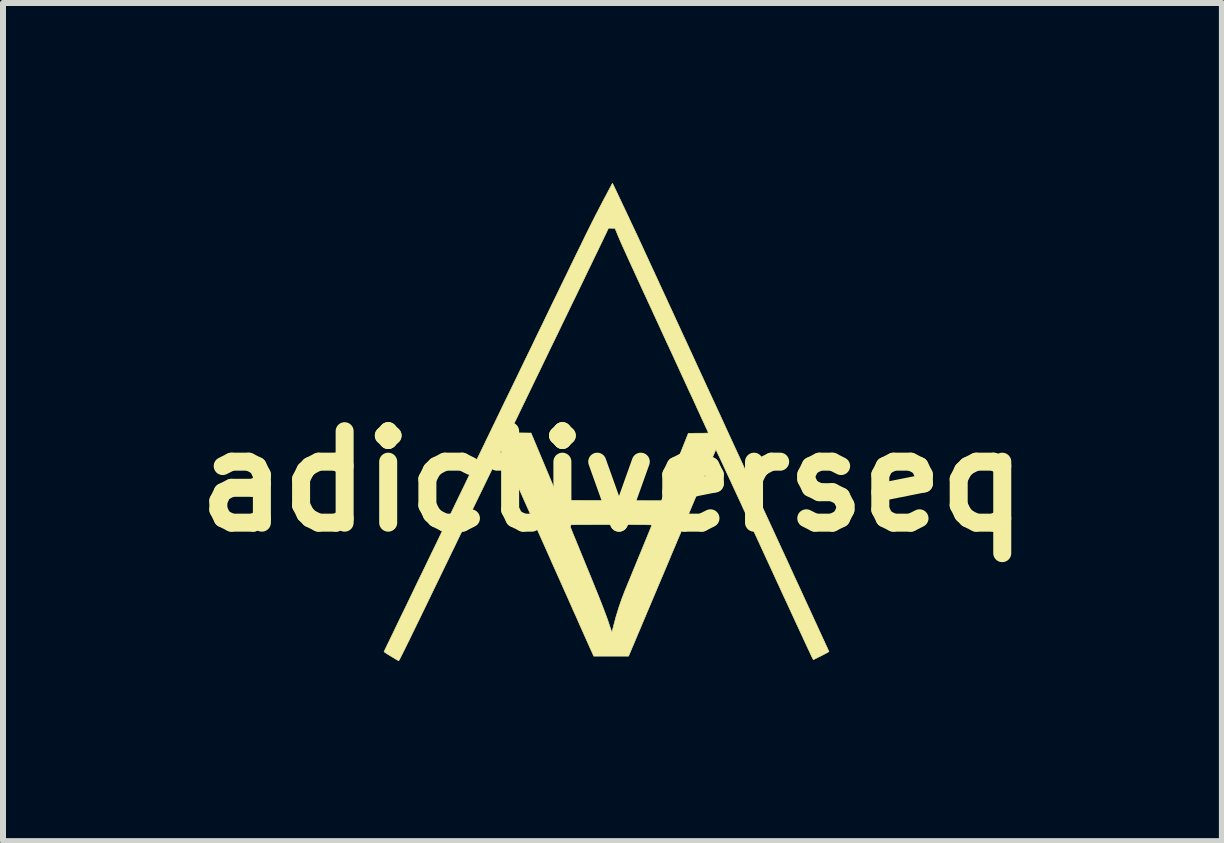
<source format=kicad_pcb>
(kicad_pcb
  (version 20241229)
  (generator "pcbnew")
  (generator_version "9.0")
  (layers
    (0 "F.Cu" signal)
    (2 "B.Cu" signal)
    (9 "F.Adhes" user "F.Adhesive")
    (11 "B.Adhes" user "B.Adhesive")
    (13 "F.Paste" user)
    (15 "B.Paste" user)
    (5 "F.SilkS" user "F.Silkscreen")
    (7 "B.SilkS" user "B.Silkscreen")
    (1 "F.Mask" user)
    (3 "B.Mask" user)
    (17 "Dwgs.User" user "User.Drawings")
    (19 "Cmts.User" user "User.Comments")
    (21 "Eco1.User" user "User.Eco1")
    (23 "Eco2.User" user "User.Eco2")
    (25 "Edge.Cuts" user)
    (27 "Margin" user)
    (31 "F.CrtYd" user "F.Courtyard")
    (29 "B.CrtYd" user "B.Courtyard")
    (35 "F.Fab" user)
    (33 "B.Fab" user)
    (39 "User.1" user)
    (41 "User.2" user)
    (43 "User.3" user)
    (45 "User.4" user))
  (footprint "adictiverseq"
    (layer "F.Cu")
    (at 7.156 4.97)
    (property "Reference" "adictiverseq" (at 0 0 0) (layer "F.SilkS") (effects (font (size 1.524 1.524) (thickness 0.3))))
    (attr through_hole)
    (fp_poly (pts (xy 0.002 -4.961) (xy 0.009 -4.948) (xy 0.019 -4.928) (xy 0.032 -4.9) (xy 0.048 -4.867) (xy 0.067 -4.827) (xy 0.088 -4.783) (xy 0.111 -4.734) (xy 0.136 -4.681) (xy 0.162 -4.626) (xy 0.175 -4.598) (xy 0.204 -4.538) (xy 0.232 -4.478) (xy 0.26 -4.419) (xy 0.287 -4.361) (xy 0.312 -4.307) (xy 0.336 -4.257) (xy 0.357 -4.212) (xy 0.376 -4.173) (xy 0.391 -4.14) (xy 0.403 -4.116) (xy 0.404 -4.114) (xy 0.408 -4.104) (xy 0.417 -4.085) (xy 0.43 -4.057) (xy 0.446 -4.022) (xy 0.466 -3.979) (xy 0.49 -3.928) (xy 0.516 -3.87) (xy 0.546 -3.805) (xy 0.579 -3.734) (xy 0.615 -3.655) (xy 0.654 -3.571) (xy 0.696 -3.481) (xy 0.74 -3.385) (xy 0.787 -3.283) (xy 0.836 -3.177) (xy 0.888 -3.065) (xy 0.941 -2.949) (xy 0.997 -2.829) (xy 1.054 -2.704) (xy 1.113 -2.576) (xy 1.174 -2.444) (xy 1.237 -2.309) (xy 1.3 -2.171) (xy 1.365 -2.03) (xy 1.431 -1.886) (xy 1.498 -1.741) (xy 1.566 -1.593) (xy 1.635 -1.444) (xy 1.705 -1.293) (xy 1.775 -1.142) (xy 1.845 -0.989) (xy 1.915 -0.836) (xy 1.986 -0.682) (xy 2.057 -0.528) (xy 2.128 -0.375) (xy 2.198 -0.222) (xy 2.268 -0.07) (xy 2.338 0.082) (xy 2.407 0.232) (xy 2.476 0.38) (xy 2.543 0.527) (xy 2.61 0.671) (xy 2.676 0.814) (xy 2.74 0.953) (xy 2.803 1.09) (xy 2.865 1.224) (xy 2.925 1.354) (xy 2.983 1.481) (xy 3.039 1.604) (xy 3.094 1.722) (xy 3.147 1.836) (xy 3.197 1.946) (xy 3.245 2.05) (xy 3.291 2.149) (xy 3.334 2.243) (xy 3.374 2.331) (xy 3.412 2.412) (xy 3.446 2.488) (xy 3.478 2.556) (xy 3.506 2.618) (xy 3.532 2.673) (xy 3.553 2.72) (xy 3.572 2.76) (xy 3.586 2.792) (xy 3.597 2.816) (xy 3.604 2.831) (xy 3.607 2.837) (xy 3.607 2.837) (xy 3.603 2.841) (xy 3.591 2.848) (xy 3.572 2.859) (xy 3.547 2.872) (xy 3.517 2.888) (xy 3.484 2.905) (xy 3.478 2.908) (xy 3.347 2.973) (xy 3.326 2.932) (xy 3.322 2.924) (xy 3.314 2.908) (xy 3.303 2.884) (xy 3.288 2.851) (xy 3.269 2.811) (xy 3.246 2.763) (xy 3.221 2.708) (xy 3.192 2.646) (xy 3.161 2.578) (xy 3.126 2.503) (xy 3.089 2.423) (xy 3.049 2.337) (xy 3.007 2.246) (xy 2.963 2.15) (xy 2.917 2.05) (xy 2.868 1.945) (xy 2.818 1.837) (xy 2.767 1.725) (xy 2.713 1.609) (xy 2.659 1.491) (xy 2.603 1.37) (xy 2.546 1.247) (xy 2.515 1.179) (xy 2.458 1.055) (xy 2.402 0.934) (xy 2.347 0.815) (xy 2.294 0.699) (xy 2.242 0.586) (xy 2.191 0.477) (xy 2.143 0.372) (xy 2.096 0.271) (xy 2.051 0.174) (xy 2.009 0.083) (xy 1.969 -0.004) (xy 1.931 -0.085) (xy 1.896 -0.16) (xy 1.864 -0.229) (xy 1.835 -0.292) (xy 1.809 -0.348) (xy 1.786 -0.398) (xy 1.766 -0.439) (xy 1.75 -0.474) (xy 1.737 -0.5) (xy 1.729 -0.518) (xy 1.724 -0.528) (xy 1.723 -0.529) (xy 1.721 -0.524) (xy 1.715 -0.511) (xy 1.706 -0.489) (xy 1.693 -0.458) (xy 1.676 -0.42) (xy 1.657 -0.374) (xy 1.635 -0.321) (xy 1.609 -0.261) (xy 1.581 -0.195) (xy 1.55 -0.122) (xy 1.517 -0.044) (xy 1.482 0.04) (xy 1.444 0.129) (xy 1.404 0.224) (xy 1.362 0.322) (xy 1.319 0.425) (xy 1.274 0.532) (xy 1.227 0.643) (xy 1.179 0.757) (xy 1.13 0.873) (xy 1.079 0.992) (xy 1.041 1.083) (xy 0.989 1.205) (xy 0.939 1.326) (xy 0.889 1.444) (xy 0.84 1.56) (xy 0.792 1.673) (xy 0.746 1.782) (xy 0.701 1.888) (xy 0.658 1.99) (xy 0.617 2.088) (xy 0.577 2.181) (xy 0.54 2.27) (xy 0.505 2.352) (xy 0.473 2.429) (xy 0.443 2.5) (xy 0.415 2.565) (xy 0.391 2.623) (xy 0.37 2.673) (xy 0.352 2.716) (xy 0.337 2.751) (xy 0.325 2.778) (xy 0.318 2.796) (xy 0.315 2.803) (xy 0.268 2.914) (xy -0.312 2.914) (xy -0.318 2.9) (xy -0.321 2.894) (xy -0.327 2.88) (xy -0.337 2.857) (xy -0.351 2.826) (xy -0.369 2.788) (xy -0.389 2.741) (xy -0.413 2.688) (xy -0.44 2.628) (xy -0.47 2.561) (xy -0.502 2.488) (xy -0.538 2.409) (xy -0.575 2.324) (xy -0.615 2.234) (xy -0.658 2.14) (xy -0.702 2.04) (xy -0.748 1.936) (xy -0.796 1.829) (xy -0.846 1.717) (xy -0.897 1.602) (xy -0.95 1.484) (xy -1.004 1.364) (xy -1.058 1.241) (xy -1.084 1.183) (xy -1.139 1.059) (xy -1.194 0.937) (xy -1.247 0.818) (xy -1.288 0.725) (xy -0.717 0.725) (xy -0.715 0.73) (xy -0.71 0.743) (xy -0.701 0.765) (xy -0.689 0.794) (xy -0.675 0.83) (xy -0.658 0.872) (xy -0.638 0.92) (xy -0.616 0.973) (xy -0.593 1.031) (xy -0.567 1.092) (xy -0.541 1.157) (xy -0.513 1.225) (xy -0.5 1.256) (xy -0.455 1.367) (xy -0.413 1.469) (xy -0.374 1.563) (xy -0.339 1.649) (xy -0.307 1.728) (xy -0.278 1.8) (xy -0.251 1.866) (xy -0.227 1.926) (xy -0.205 1.982) (xy -0.185 2.032) (xy -0.167 2.079) (xy -0.15 2.122) (xy -0.135 2.162) (xy -0.121 2.199) (xy -0.108 2.234) (xy -0.096 2.267) (xy -0.084 2.3) (xy -0.073 2.332) (xy -0.062 2.364) (xy -0.052 2.396) (xy -0.047 2.412) (xy -0.036 2.442) (xy -0.027 2.468) (xy -0.02 2.49) (xy -0.014 2.506) (xy -0.011 2.514) (xy -0.01 2.515) (xy -0.008 2.51) (xy -0.004 2.497) (xy 0.001 2.477) (xy 0.008 2.452) (xy 0.016 2.422) (xy 0.021 2.399) (xy 0.06 2.252) (xy 0.106 2.102) (xy 0.157 1.955) (xy 0.198 1.848) (xy 0.203 1.835) (xy 0.212 1.813) (xy 0.224 1.784) (xy 0.239 1.748) (xy 0.256 1.705) (xy 0.277 1.656) (xy 0.299 1.602) (xy 0.323 1.543) (xy 0.348 1.481) (xy 0.375 1.416) (xy 0.403 1.348) (xy 0.432 1.278) (xy 0.438 1.263) (xy 0.467 1.194) (xy 0.494 1.127) (xy 0.52 1.064) (xy 0.544 1.005) (xy 0.567 0.95) (xy 0.588 0.899) (xy 0.606 0.854) (xy 0.622 0.815) (xy 0.635 0.783) (xy 0.645 0.758) (xy 0.652 0.741) (xy 0.656 0.732) (xy 0.656 0.731) (xy 0.656 0.73) (xy 0.655 0.729) (xy 0.652 0.728) (xy 0.648 0.727) (xy 0.64 0.726) (xy 0.63 0.725) (xy 0.616 0.725) (xy 0.598 0.724) (xy 0.576 0.724) (xy 0.549 0.723) (xy 0.516 0.723) (xy 0.477 0.723) (xy 0.432 0.723) (xy 0.38 0.722) (xy 0.321 0.722) (xy 0.254 0.722) (xy 0.178 0.722) (xy 0.093 0.722) (xy -0.000413 0.722) (xy -0.029 0.722) (xy -0.111 0.722) (xy -0.19 0.722) (xy -0.266 0.722) (xy -0.338 0.722) (xy -0.405 0.723) (xy -0.468 0.723) (xy -0.524 0.723) (xy -0.575 0.723) (xy -0.619 0.723) (xy -0.655 0.724) (xy -0.684 0.724) (xy -0.704 0.724) (xy -0.715 0.725) (xy -0.717 0.725) (xy -1.288 0.725) (xy -1.299 0.702) (xy -1.349 0.589) (xy -1.398 0.48) (xy -1.445 0.375) (xy -1.49 0.274) (xy -1.533 0.177) (xy -1.574 0.085) (xy -1.613 -0.001) (xy -1.649 -0.082) (xy -1.683 -0.158) (xy -1.713 -0.227) (xy -1.742 -0.29) (xy -1.767 -0.346) (xy -1.789 -0.395) (xy -1.807 -0.436) (xy -1.823 -0.47) (xy -1.834 -0.496) (xy -1.842 -0.514) (xy -1.846 -0.523) (xy -1.847 -0.524) (xy -1.849 -0.52) (xy -1.856 -0.507) (xy -1.866 -0.486) (xy -1.881 -0.456) (xy -1.899 -0.419) (xy -1.921 -0.375) (xy -1.946 -0.323) (xy -1.975 -0.265) (xy -2.007 -0.2) (xy -2.041 -0.129) (xy -2.079 -0.052) (xy -2.119 0.031) (xy -2.162 0.119) (xy -2.207 0.211) (xy -2.254 0.309) (xy -2.304 0.411) (xy -2.355 0.517) (xy -2.408 0.627) (xy -2.463 0.74) (xy -2.52 0.856) (xy -2.578 0.975) (xy -2.636 1.097) (xy -2.679 1.184) (xy -2.754 1.34) (xy -2.825 1.486) (xy -2.892 1.625) (xy -2.955 1.754) (xy -3.014 1.876) (xy -3.069 1.99) (xy -3.121 2.097) (xy -3.169 2.196) (xy -3.213 2.288) (xy -3.255 2.373) (xy -3.293 2.451) (xy -3.328 2.523) (xy -3.36 2.589) (xy -3.389 2.649) (xy -3.416 2.703) (xy -3.44 2.752) (xy -3.461 2.795) (xy -3.48 2.833) (xy -3.497 2.867) (xy -3.511 2.896) (xy -3.524 2.92) (xy -3.534 2.941) (xy -3.543 2.958) (xy -3.55 2.971) (xy -3.555 2.98) (xy -3.559 2.987) (xy -3.561 2.99) (xy -3.562 2.991) (xy -3.566 2.989) (xy -3.578 2.982) (xy -3.597 2.972) (xy -3.62 2.958) (xy -3.648 2.941) (xy -3.679 2.923) (xy -3.685 2.919) (xy -3.724 2.895) (xy -3.755 2.876) (xy -3.78 2.86) (xy -3.796 2.848) (xy -3.805 2.84) (xy -3.806 2.838) (xy -3.804 2.833) (xy -3.797 2.82) (xy -3.787 2.798) (xy -3.772 2.767) (xy -3.754 2.729) (xy -3.731 2.683) (xy -3.705 2.628) (xy -3.675 2.567) (xy -3.642 2.498) (xy -3.606 2.422) (xy -3.566 2.34) (xy -3.523 2.25) (xy -3.476 2.155) (xy -3.427 2.053) (xy -3.375 1.945) (xy -3.32 1.831) (xy -3.263 1.712) (xy -3.203 1.588) (xy -3.14 1.459) (xy -3.075 1.324) (xy -3.008 1.185) (xy -2.938 1.042) (xy -2.867 0.894) (xy -2.794 0.742) (xy -2.718 0.586) (xy -2.641 0.427) (xy -2.563 0.265) (xy -2.482 0.099) (xy -2.401 -0.07) (xy -2.318 -0.241) (xy -2.234 -0.415) (xy -2.148 -0.592) (xy -2.099 -0.695) (xy -2.041 -0.813) (xy -1.712 -0.813) (xy -1.71 -0.811) (xy -1.704 -0.81) (xy -1.693 -0.809) (xy -1.675 -0.808) (xy -1.65 -0.807) (xy -1.617 -0.806) (xy -1.576 -0.806) (xy -1.536 -0.806) (xy -1.357 -0.804) (xy -1.122 -0.244) (xy -0.887 0.316) (xy -0.527 0.319) (xy -0.466 0.319) (xy -0.397 0.32) (xy -0.32 0.32) (xy -0.238 0.32) (xy -0.153 0.321) (xy -0.065 0.321) (xy 0.024 0.322) (xy 0.112 0.322) (xy 0.198 0.322) (xy 0.281 0.322) (xy 0.325 0.323) (xy 0.816 0.324) (xy 1.264 -0.799) (xy 1.432 -0.801) (xy 1.477 -0.801) (xy 1.514 -0.801) (xy 1.542 -0.802) (xy 1.563 -0.803) (xy 1.578 -0.803) (xy 1.589 -0.804) (xy 1.594 -0.806) (xy 1.597 -0.808) (xy 1.598 -0.81) (xy 1.597 -0.811) (xy 1.595 -0.816) (xy 1.589 -0.83) (xy 1.579 -0.852) (xy 1.565 -0.882) (xy 1.547 -0.92) (xy 1.527 -0.966) (xy 1.502 -1.018) (xy 1.475 -1.077) (xy 1.445 -1.143) (xy 1.412 -1.214) (xy 1.377 -1.292) (xy 1.339 -1.375) (xy 1.298 -1.462) (xy 1.255 -1.555) (xy 1.211 -1.652) (xy 1.164 -1.753) (xy 1.116 -1.858) (xy 1.066 -1.966) (xy 1.015 -2.078) (xy 0.962 -2.192) (xy 0.908 -2.308) (xy 0.886 -2.356) (xy 0.82 -2.5) (xy 0.758 -2.635) (xy 0.699 -2.762) (xy 0.645 -2.881) (xy 0.593 -2.992) (xy 0.546 -3.095) (xy 0.501 -3.191) (xy 0.46 -3.281) (xy 0.422 -3.364) (xy 0.387 -3.44) (xy 0.355 -3.511) (xy 0.325 -3.576) (xy 0.297 -3.636) (xy 0.272 -3.69) (xy 0.249 -3.741) (xy 0.229 -3.786) (xy 0.21 -3.828) (xy 0.193 -3.866) (xy 0.177 -3.9) (xy 0.163 -3.932) (xy 0.15 -3.96) (xy 0.139 -3.986) (xy 0.128 -4.01) (xy 0.119 -4.032) (xy 0.11 -4.052) (xy 0.102 -4.071) (xy 0.094 -4.089) (xy 0.087 -4.107) (xy 0.08 -4.124) (xy 0.074 -4.139) (xy 0.042 -4.216) (xy -0.067 -4.218) (xy -0.114 -4.117) (xy -0.12 -4.105) (xy -0.13 -4.085) (xy -0.144 -4.056) (xy -0.161 -4.019) (xy -0.183 -3.974) (xy -0.208 -3.923) (xy -0.236 -3.864) (xy -0.267 -3.799) (xy -0.302 -3.728) (xy -0.339 -3.65) (xy -0.379 -3.568) (xy -0.422 -3.48) (xy -0.466 -3.387) (xy -0.513 -3.29) (xy -0.562 -3.189) (xy -0.613 -3.083) (xy -0.666 -2.975) (xy -0.72 -2.863) (xy -0.775 -2.749) (xy -0.832 -2.632) (xy -0.889 -2.513) (xy -0.935 -2.418) (xy -0.993 -2.299) (xy -1.05 -2.182) (xy -1.105 -2.067) (xy -1.159 -1.956) (xy -1.211 -1.848) (xy -1.262 -1.743) (xy -1.311 -1.642) (xy -1.357 -1.546) (xy -1.402 -1.454) (xy -1.444 -1.366) (xy -1.484 -1.284) (xy -1.521 -1.208) (xy -1.555 -1.137) (xy -1.586 -1.072) (xy -1.615 -1.014) (xy -1.64 -0.963) (xy -1.661 -0.918) (xy -1.679 -0.881) (xy -1.693 -0.852) (xy -1.703 -0.83) (xy -1.71 -0.817) (xy -1.712 -0.813) (xy -2.041 -0.813) (xy -1.995 -0.909) (xy -1.896 -1.114) (xy -1.801 -1.311) (xy -1.709 -1.499) (xy -1.622 -1.679) (xy -1.539 -1.851) (xy -1.459 -2.016) (xy -1.383 -2.172) (xy -1.311 -2.322) (xy -1.242 -2.465) (xy -1.176 -2.6) (xy -1.114 -2.729) (xy -1.055 -2.851) (xy -0.999 -2.967) (xy -0.945 -3.077) (xy -0.895 -3.181) (xy -0.847 -3.28) (xy -0.802 -3.372) (xy -0.759 -3.46) (xy -0.719 -3.543) (xy -0.682 -3.62) (xy -0.646 -3.693) (xy -0.613 -3.762) (xy -0.581 -3.826) (xy -0.552 -3.886) (xy -0.524 -3.942) (xy -0.499 -3.995) (xy -0.474 -4.045) (xy -0.452 -4.091) (xy -0.431 -4.134) (xy -0.411 -4.174) (xy -0.392 -4.211) (xy -0.375 -4.247) (xy -0.358 -4.28) (xy -0.343 -4.311) (xy -0.328 -4.34) (xy -0.314 -4.367) (xy -0.301 -4.394) (xy -0.288 -4.419) (xy -0.276 -4.443) (xy -0.264 -4.466) (xy -0.252 -4.489) (xy -0.24 -4.511) (xy -0.229 -4.533) (xy -0.217 -4.556) (xy -0.205 -4.578) (xy -0.198 -4.593) (xy -0.168 -4.65) (xy -0.14 -4.704) (xy -0.113 -4.754) (xy -0.088 -4.801) (xy -0.066 -4.843) (xy -0.046 -4.88) (xy -0.03 -4.911) (xy -0.017 -4.936) (xy -0.007 -4.954) (xy -0.001 -4.964) (xy -0.000093 -4.965) (xy 0.002 -4.961)) (stroke (width 0.01) (type solid)) (fill yes) (layer "F.SilkS")))
  (gr_rect
    (start -3 -3)
    (end 17.311 10.966)
    (stroke (width 0.1) (type default))
    (fill no)
    (layer "Edge.Cuts")))
</source>
